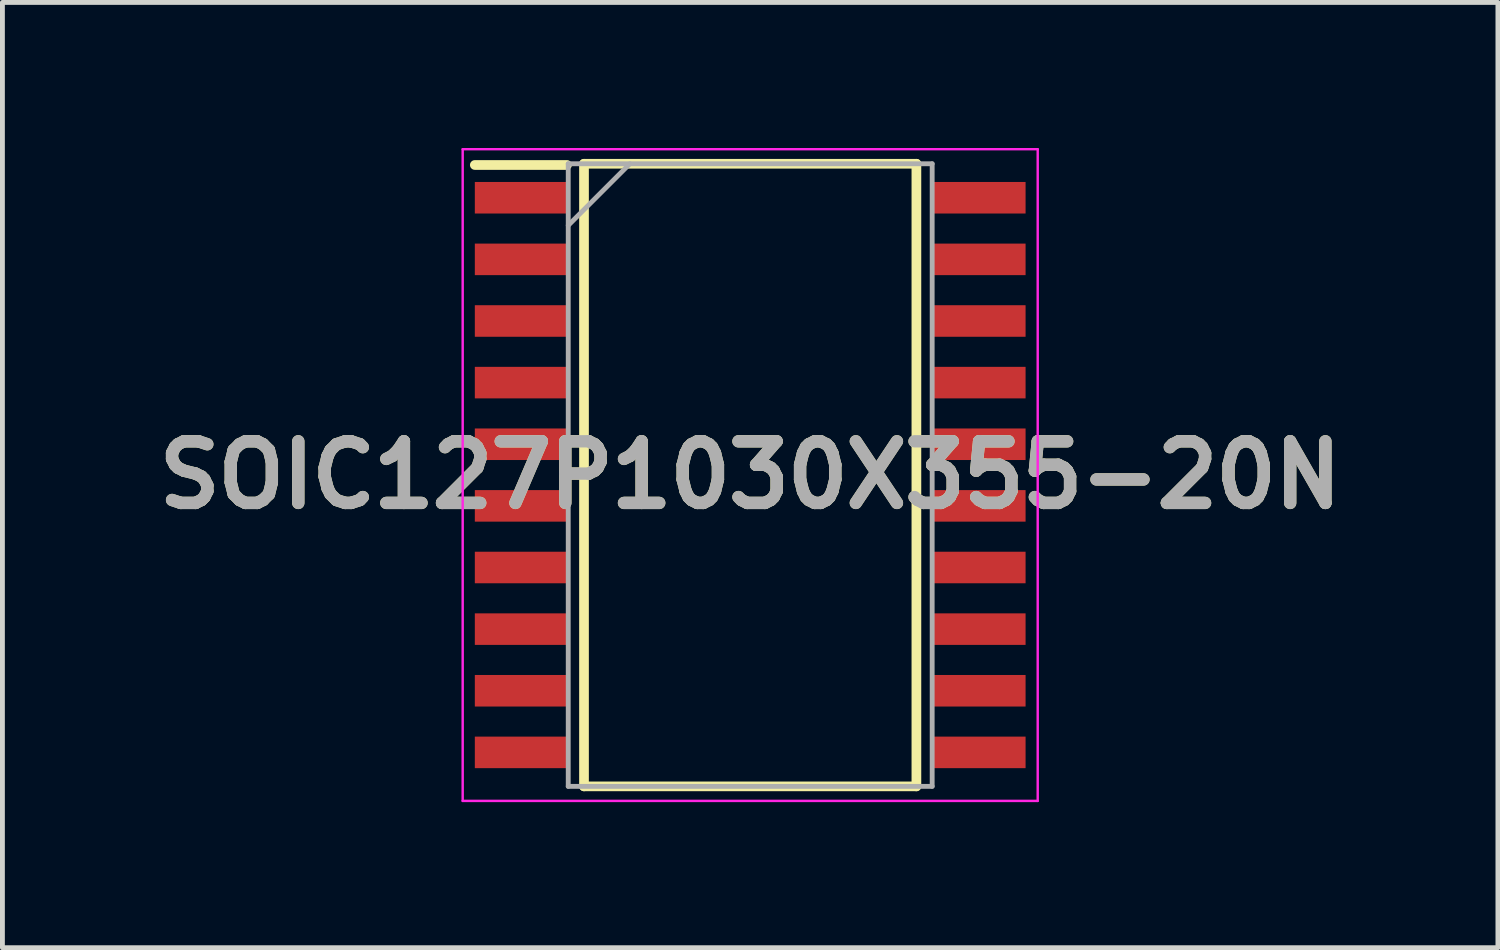
<source format=kicad_pcb>
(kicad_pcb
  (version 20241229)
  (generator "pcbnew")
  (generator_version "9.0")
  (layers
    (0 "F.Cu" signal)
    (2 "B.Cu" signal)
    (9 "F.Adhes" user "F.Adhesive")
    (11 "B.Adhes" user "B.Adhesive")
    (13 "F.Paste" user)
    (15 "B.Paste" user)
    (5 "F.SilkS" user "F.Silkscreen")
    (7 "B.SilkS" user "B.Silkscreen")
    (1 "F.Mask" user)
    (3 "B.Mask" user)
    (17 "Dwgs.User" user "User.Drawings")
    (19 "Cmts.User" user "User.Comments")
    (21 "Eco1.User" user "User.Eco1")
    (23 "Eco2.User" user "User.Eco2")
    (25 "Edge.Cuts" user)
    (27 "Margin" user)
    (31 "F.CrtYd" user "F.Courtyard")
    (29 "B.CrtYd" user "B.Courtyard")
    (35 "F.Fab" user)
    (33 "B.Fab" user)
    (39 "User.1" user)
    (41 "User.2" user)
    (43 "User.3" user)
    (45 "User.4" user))
  (footprint "SOIC127P1030X355-20N"
    (layer "F.Cu")
    (at 12.41 6.74)
    (property "Reference" "SOIC127P1030X355-20N" (at 0 0 0) (layer "F.SilkS") (effects (font (size 1.27 1.27) (thickness 0.254))))
    (attr smd)
    (fp_line (start -5.675 -6.39) (end -3.775 -6.39) (stroke (width 0.2) (type solid)) (layer "F.SilkS"))
    (fp_line (start -3.425 -6.415) (end 3.425 -6.415) (stroke (width 0.2) (type solid)) (layer "F.SilkS"))
    (fp_line (start -3.425 6.415) (end -3.425 -6.415) (stroke (width 0.2) (type solid)) (layer "F.SilkS"))
    (fp_line (start 3.425 -6.415) (end 3.425 6.415) (stroke (width 0.2) (type solid)) (layer "F.SilkS"))
    (fp_line (start 3.425 6.415) (end -3.425 6.415) (stroke (width 0.2) (type solid)) (layer "F.SilkS"))
    (fp_line (start -5.925 -6.715) (end 5.925 -6.715) (stroke (width 0.05) (type solid)) (layer "F.CrtYd"))
    (fp_line (start -5.925 6.715) (end -5.925 -6.715) (stroke (width 0.05) (type solid)) (layer "F.CrtYd"))
    (fp_line (start 5.925 -6.715) (end 5.925 6.715) (stroke (width 0.05) (type solid)) (layer "F.CrtYd"))
    (fp_line (start 5.925 6.715) (end -5.925 6.715) (stroke (width 0.05) (type solid)) (layer "F.CrtYd"))
    (fp_line (start -3.75 -6.415) (end 3.75 -6.415) (stroke (width 0.1) (type solid)) (layer "F.Fab"))
    (fp_line (start -3.75 -5.145) (end -2.48 -6.415) (stroke (width 0.1) (type solid)) (layer "F.Fab"))
    (fp_line (start -3.75 6.415) (end -3.75 -6.415) (stroke (width 0.1) (type solid)) (layer "F.Fab"))
    (fp_line (start 3.75 -6.415) (end 3.75 6.415) (stroke (width 0.1) (type solid)) (layer "F.Fab"))
    (fp_line (start 3.75 6.415) (end -3.75 6.415) (stroke (width 0.1) (type solid)) (layer "F.Fab"))
    (fp_text user "${REFERENCE}" (at 0 0 0) (layer "F.Fab") (effects (font (size 1.27 1.27) (thickness 0.254))))
    (pad "1" smd rect (at -4.725 -5.715 90) (size 0.65 1.9) (layers "F.Cu" "F.Mask" "F.Paste"))
    (pad "2" smd rect (at -4.725 -4.445 90) (size 0.65 1.9) (layers "F.Cu" "F.Mask" "F.Paste"))
    (pad "3" smd rect (at -4.725 -3.175 90) (size 0.65 1.9) (layers "F.Cu" "F.Mask" "F.Paste"))
    (pad "4" smd rect (at -4.725 -1.905 90) (size 0.65 1.9) (layers "F.Cu" "F.Mask" "F.Paste"))
    (pad "5" smd rect (at -4.725 -0.635 90) (size 0.65 1.9) (layers "F.Cu" "F.Mask" "F.Paste"))
    (pad "6" smd rect (at -4.725 0.635 90) (size 0.65 1.9) (layers "F.Cu" "F.Mask" "F.Paste"))
    (pad "7" smd rect (at -4.725 1.905 90) (size 0.65 1.9) (layers "F.Cu" "F.Mask" "F.Paste"))
    (pad "8" smd rect (at -4.725 3.175 90) (size 0.65 1.9) (layers "F.Cu" "F.Mask" "F.Paste"))
    (pad "9" smd rect (at -4.725 4.445 90) (size 0.65 1.9) (layers "F.Cu" "F.Mask" "F.Paste"))
    (pad "10" smd rect (at -4.725 5.715 90) (size 0.65 1.9) (layers "F.Cu" "F.Mask" "F.Paste"))
    (pad "11" smd rect (at 4.725 5.715 90) (size 0.65 1.9) (layers "F.Cu" "F.Mask" "F.Paste"))
    (pad "12" smd rect (at 4.725 4.445 90) (size 0.65 1.9) (layers "F.Cu" "F.Mask" "F.Paste"))
    (pad "13" smd rect (at 4.725 3.175 90) (size 0.65 1.9) (layers "F.Cu" "F.Mask" "F.Paste"))
    (pad "14" smd rect (at 4.725 1.905 90) (size 0.65 1.9) (layers "F.Cu" "F.Mask" "F.Paste"))
    (pad "15" smd rect (at 4.725 0.635 90) (size 0.65 1.9) (layers "F.Cu" "F.Mask" "F.Paste"))
    (pad "16" smd rect (at 4.725 -0.635 90) (size 0.65 1.9) (layers "F.Cu" "F.Mask" "F.Paste"))
    (pad "17" smd rect (at 4.725 -1.905 90) (size 0.65 1.9) (layers "F.Cu" "F.Mask" "F.Paste"))
    (pad "18" smd rect (at 4.725 -3.175 90) (size 0.65 1.9) (layers "F.Cu" "F.Mask" "F.Paste"))
    (pad "19" smd rect (at 4.725 -4.445 90) (size 0.65 1.9) (layers "F.Cu" "F.Mask" "F.Paste"))
    (pad "20" smd rect (at 4.725 -5.715 90) (size 0.65 1.9) (layers "F.Cu" "F.Mask" "F.Paste")))
  (gr_rect
    (start -3 -3)
    (end 27.819 16.48)
    (stroke (width 0.1) (type default))
    (fill no)
    (layer "Edge.Cuts")))
</source>
